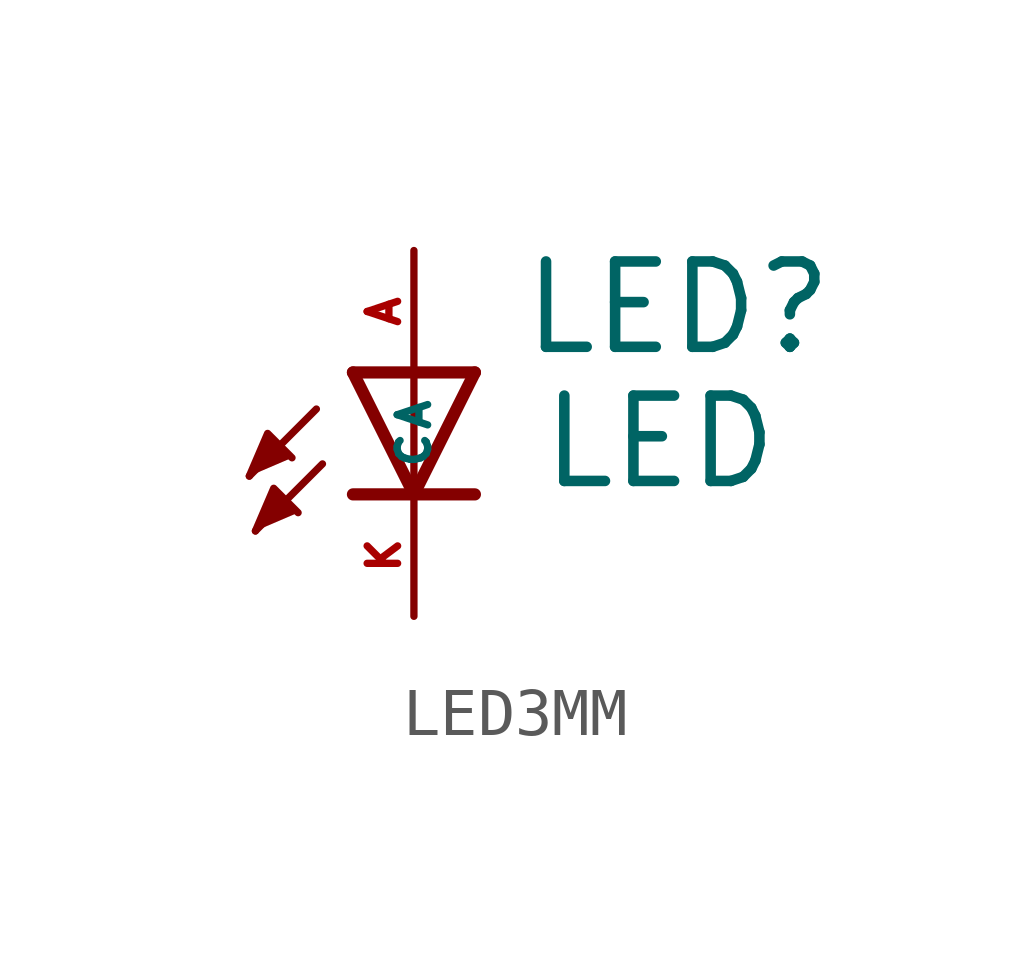
<source format=kicad_sym>
(kicad_symbol_lib
  (version 20220914)
  (generator kicad_symbol_editor)
  (symbol "LED3MM"
    (property "Reference" "LED"
      (at 2.184 0.305 0)
      (effects (font (size 1.778 1.778) (thickness 0.22)) (justify left bottom)))
    (property "Value" "LED"
      (at 2.565 -2.489 0)
      (effects (font (size 1.778 1.778) (thickness 0.22)) (justify left bottom)))
    (symbol "LED3MM_1_1"
      (polyline (pts (xy -2.032 -0.762) (xy -3.429 -2.159)) (stroke (width 0.152) (type default)) (fill (type none)))
      (polyline (pts (xy -1.905 -1.905) (xy -3.302 -3.302)) (stroke (width 0.152) (type default)) (fill (type none)))
      (polyline (pts (xy 0 -2.54) (xy -1.27 -2.54)) (stroke (width 0.254) (type default)) (fill (type none)))
      (polyline (pts (xy 0 -2.54) (xy -1.27 0)) (stroke (width 0.254) (type default)) (fill (type none)))
      (polyline (pts (xy 0 0) (xy -1.27 0)) (stroke (width 0.254) (type default)) (fill (type none)))
      (polyline (pts (xy 0 0) (xy 0 -2.54)) (stroke (width 0.152) (type default)) (fill (type none)))
      (polyline (pts (xy 1.27 -2.54) (xy 0 -2.54)) (stroke (width 0.254) (type default)) (fill (type none)))
      (polyline (pts (xy 1.27 0) (xy 0 -2.54)) (stroke (width 0.254) (type default)) (fill (type none)))
      (polyline (pts (xy 1.27 0) (xy 0 0)) (stroke (width 0.254) (type default)) (fill (type none)))
      (polyline (pts (xy -3.429 -2.159) (xy -3.048 -1.27) (xy -2.54 -1.778)) (stroke (width 0.152) (type default)) (fill (type outline)))
      (polyline (pts (xy -3.302 -3.302) (xy -2.921 -2.413) (xy -2.413 -2.921)) (stroke (width 0.152) (type default)) (fill (type outline)))
      (pin passive line (at 0 2.54 270) (length 2.54) (name "A" (effects (font (size 0.635 0.635)))) (number "A" (effects (font (size 0.635 0.635)))))
      (pin passive line (at 0 -5.08 90) (length 2.54) (name "C" (effects (font (size 0.635 0.635)))) (number "K" (effects (font (size 0.635 0.635))))))))
</source>
